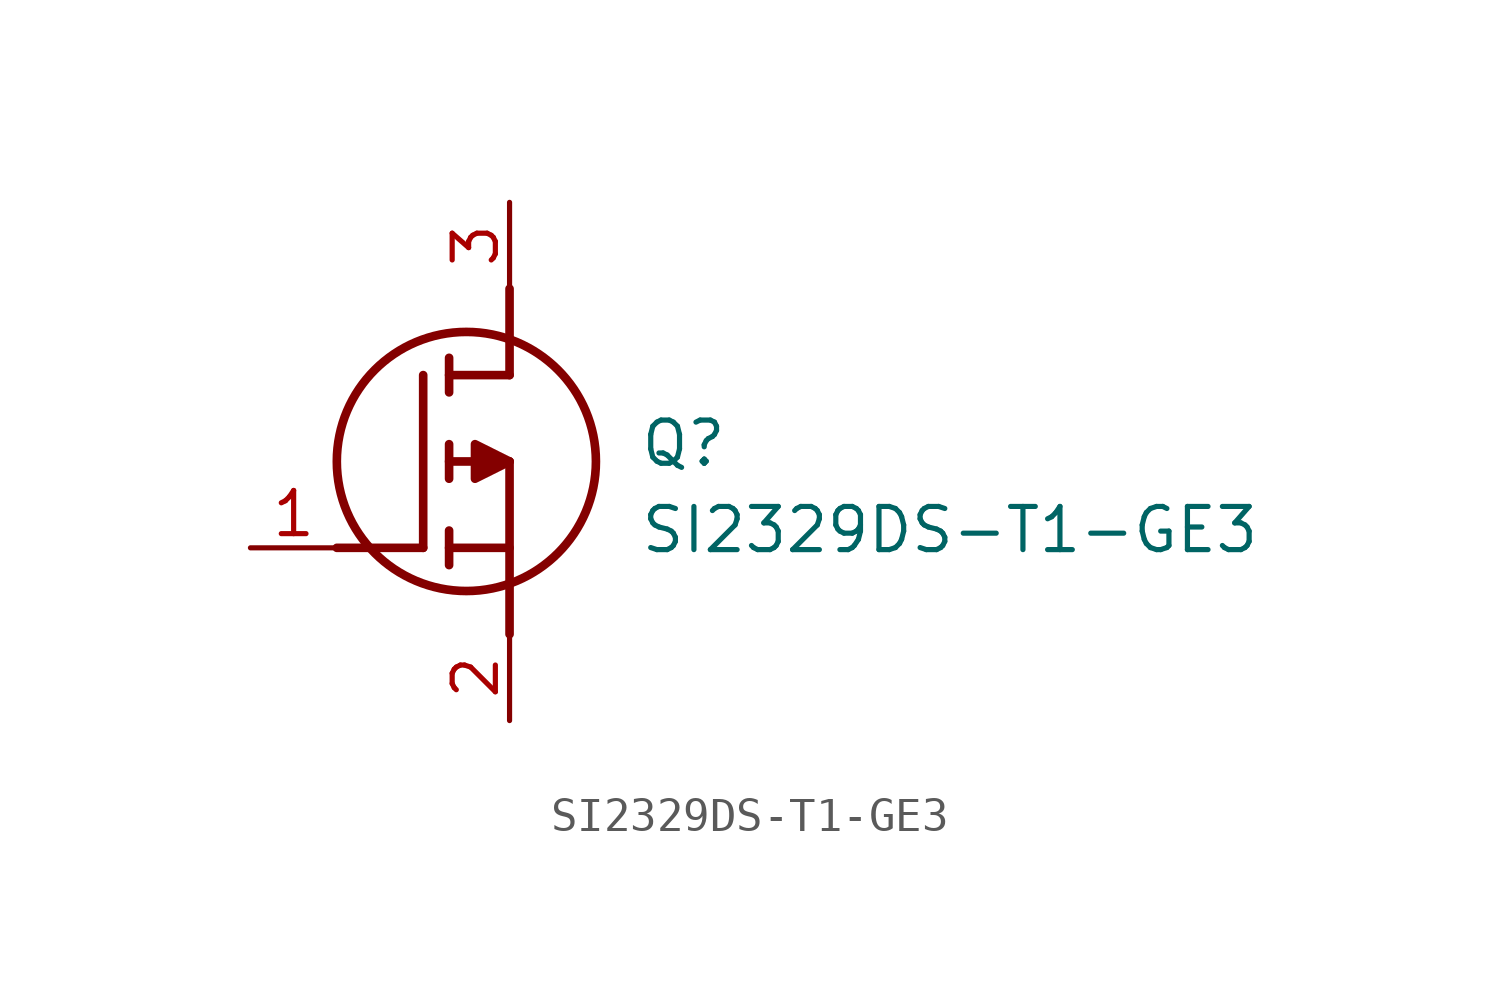
<source format=kicad_sym>
(kicad_symbol_lib
  (version 20211014)
  (generator SamacSys_ECAD_Model)
  (symbol "SI2329DS-T1-GE3"
    (pin_names hide)
    (property "Reference" "Q"
      (at 11.43 3.81 0)
      (effects (font (size 1.27 1.27)) (justify left top)))
    (property "Value" "SI2329DS-T1-GE3"
      (at 11.43 1.27 0)
      (effects (font (size 1.27 1.27)) (justify left top)))
    (polyline
      (pts (xy 7.62 2.54) (xy 7.62 -2.54))
      (stroke (width 0.254) (type default))
      (fill (type none)))
    (polyline
      (pts (xy 7.62 5.08) (xy 7.62 7.62))
      (stroke (width 0.254) (type default))
      (fill (type none)))
    (polyline
      (pts (xy 2.54 0) (xy 5.08 0))
      (stroke (width 0.254) (type default))
      (fill (type none)))
    (polyline
      (pts (xy 5.08 5.08) (xy 5.08 0))
      (stroke (width 0.254) (type default))
      (fill (type none)))
    (polyline
      (pts (xy 7.62 2.54) (xy 5.842 2.54))
      (stroke (width 0.254) (type default))
      (fill (type none)))
    (polyline
      (pts (xy 7.62 5.08) (xy 5.842 5.08))
      (stroke (width 0.254) (type default))
      (fill (type none)))
    (polyline
      (pts (xy 5.842 0) (xy 7.62 0))
      (stroke (width 0.254) (type default))
      (fill (type none)))
    (polyline
      (pts (xy 5.842 5.588) (xy 5.842 4.572))
      (stroke (width 0.254) (type default))
      (fill (type none)))
    (polyline
      (pts (xy 5.842 -0.508) (xy 5.842 0.508))
      (stroke (width 0.254) (type default))
      (fill (type none)))
    (polyline
      (pts (xy 5.842 2.032) (xy 5.842 3.048))
      (stroke (width 0.254) (type default))
      (fill (type none)))
    (circle
      (center 6.35 2.54)
      (radius 3.81)
      (stroke (width 0.254) (type default))
      (fill (type none)))
    (polyline
      (pts (xy 7.62 2.54) (xy 6.604 3.048) (xy 6.604 2.032) (xy 7.62 2.54))
      (stroke (width 0.254) (type default))
      (fill (type outline)))
    (pin passive line
      (at 0 0 0)
      (length 2.54)
      (name "G" (effects (font (size 1.27 1.27))))
      (number "1" (effects (font (size 1.27 1.27)))))
    (pin passive line
      (at 7.62 10.16 270)
      (length 2.54)
      (name "D" (effects (font (size 1.27 1.27))))
      (number "3" (effects (font (size 1.27 1.27)))))
    (pin passive line
      (at 7.62 -5.08 90)
      (length 2.54)
      (name "S" (effects (font (size 1.27 1.27))))
      (number "2" (effects (font (size 1.27 1.27)))))))
</source>
